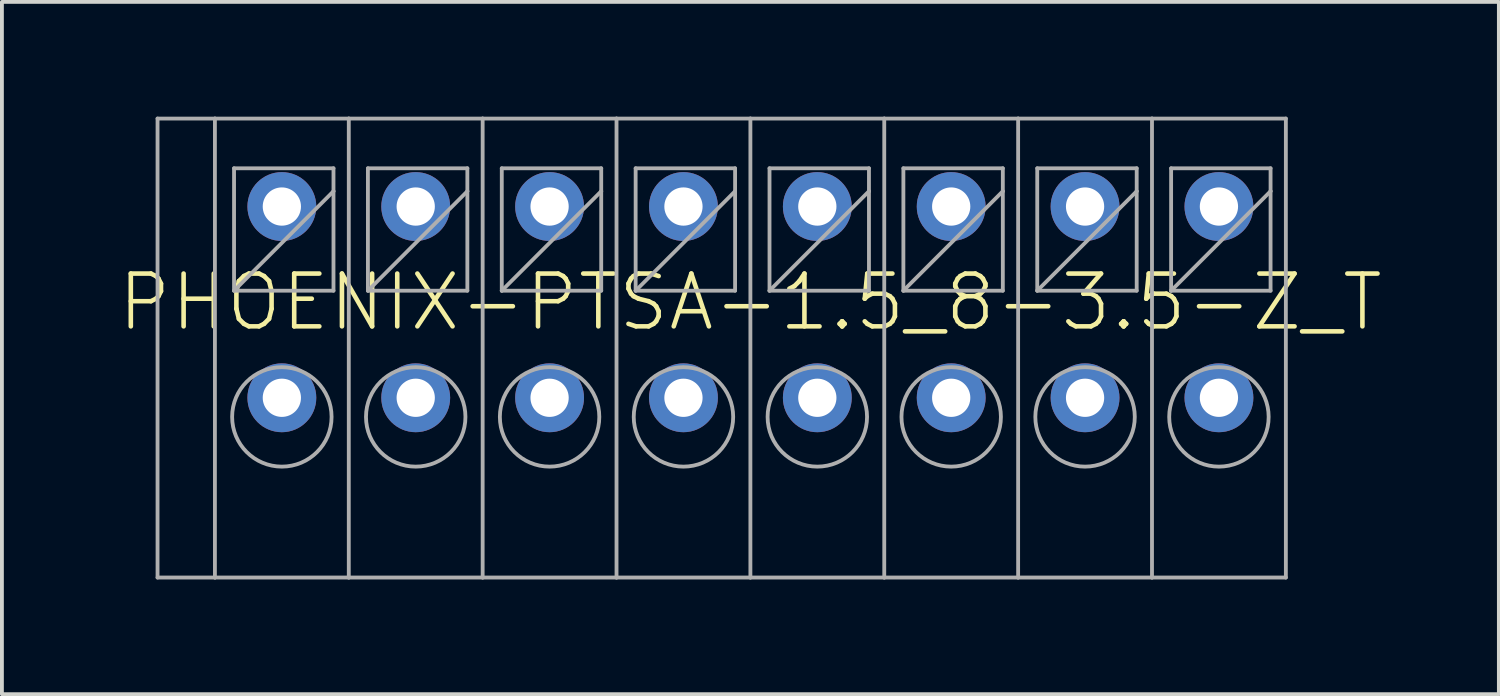
<source format=kicad_pcb>
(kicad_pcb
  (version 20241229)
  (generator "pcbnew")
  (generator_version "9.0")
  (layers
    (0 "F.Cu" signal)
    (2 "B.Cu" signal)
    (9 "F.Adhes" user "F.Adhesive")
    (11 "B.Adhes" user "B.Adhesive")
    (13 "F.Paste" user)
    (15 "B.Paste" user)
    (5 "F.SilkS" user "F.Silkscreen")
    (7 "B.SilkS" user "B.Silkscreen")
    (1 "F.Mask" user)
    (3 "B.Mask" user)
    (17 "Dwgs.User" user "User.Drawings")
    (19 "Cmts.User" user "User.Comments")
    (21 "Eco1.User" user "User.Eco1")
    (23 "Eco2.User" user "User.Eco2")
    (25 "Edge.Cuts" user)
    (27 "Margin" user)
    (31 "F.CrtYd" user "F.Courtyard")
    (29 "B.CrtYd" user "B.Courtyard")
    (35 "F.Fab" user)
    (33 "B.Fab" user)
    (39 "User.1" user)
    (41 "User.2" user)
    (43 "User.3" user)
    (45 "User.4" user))
  (footprint "PHOENIX-PTSA-1.5_8-3.5-Z_T"
    (layer "F.Cu")
    (at 16.569 4.85)
    (property "Reference" "PHOENIX-PTSA-1.5_8-3.5-Z_T" (at 0 0 0) (unlocked yes) (layer "F.SilkS") (effects (font (size 1.38 1.38) (thickness 0.12))))
    (fp_line (start -15.5 -4.8) (end -15.5 7.2) (stroke (width 0.1) (type solid)) (layer "F.Fab"))
    (fp_line (start -15.5 -4.8) (end -14 -4.8) (stroke (width 0.1) (type solid)) (layer "F.Fab"))
    (fp_line (start -15.5 7.2) (end -14 7.2) (stroke (width 0.1) (type solid)) (layer "F.Fab"))
    (fp_line (start -14 -4.8) (end -14 7.2) (stroke (width 0.1) (type solid)) (layer "F.Fab"))
    (fp_line (start -14 -4.8) (end -10.5 -4.8) (stroke (width 0.1) (type solid)) (layer "F.Fab"))
    (fp_line (start -14 7.2) (end -10.5 7.2) (stroke (width 0.1) (type solid)) (layer "F.Fab"))
    (fp_line (start -13.5 -3.5) (end -13.5 -0.3) (stroke (width 0.1) (type solid)) (layer "F.Fab"))
    (fp_line (start -13.5 -0.3) (end -10.9 -2.9) (stroke (width 0.1) (type solid)) (layer "F.Fab"))
    (fp_line (start -13.5 -0.3) (end -10.9 -0.3) (stroke (width 0.1) (type solid)) (layer "F.Fab"))
    (fp_line (start -10.9 -3.5) (end -13.5 -3.5) (stroke (width 0.1) (type solid)) (layer "F.Fab"))
    (fp_line (start -10.9 -2.9) (end -10.9 -3.5) (stroke (width 0.1) (type solid)) (layer "F.Fab"))
    (fp_line (start -10.9 -0.3) (end -10.9 -2.9) (stroke (width 0.1) (type solid)) (layer "F.Fab"))
    (fp_line (start -10.5 -4.8) (end -10.5 7.2) (stroke (width 0.1) (type solid)) (layer "F.Fab"))
    (fp_line (start -10.5 -4.8) (end -7 -4.8) (stroke (width 0.1) (type solid)) (layer "F.Fab"))
    (fp_line (start -10.5 7.2) (end -7 7.2) (stroke (width 0.1) (type solid)) (layer "F.Fab"))
    (fp_line (start -10 -3.5) (end -10 -0.3) (stroke (width 0.1) (type solid)) (layer "F.Fab"))
    (fp_line (start -10 -0.3) (end -7.4 -2.9) (stroke (width 0.1) (type solid)) (layer "F.Fab"))
    (fp_line (start -10 -0.3) (end -7.4 -0.3) (stroke (width 0.1) (type solid)) (layer "F.Fab"))
    (fp_line (start -7.4 -3.5) (end -10 -3.5) (stroke (width 0.1) (type solid)) (layer "F.Fab"))
    (fp_line (start -7.4 -2.9) (end -7.4 -3.5) (stroke (width 0.1) (type solid)) (layer "F.Fab"))
    (fp_line (start -7.4 -0.3) (end -7.4 -2.9) (stroke (width 0.1) (type solid)) (layer "F.Fab"))
    (fp_line (start -7 -4.8) (end -7 7.2) (stroke (width 0.1) (type solid)) (layer "F.Fab"))
    (fp_line (start -7 -4.8) (end -3.5 -4.8) (stroke (width 0.1) (type solid)) (layer "F.Fab"))
    (fp_line (start -7 7.2) (end -3.5 7.2) (stroke (width 0.1) (type solid)) (layer "F.Fab"))
    (fp_line (start -6.5 -3.5) (end -6.5 -0.3) (stroke (width 0.1) (type solid)) (layer "F.Fab"))
    (fp_line (start -6.5 -0.3) (end -3.9 -2.9) (stroke (width 0.1) (type solid)) (layer "F.Fab"))
    (fp_line (start -6.5 -0.3) (end -3.9 -0.3) (stroke (width 0.1) (type solid)) (layer "F.Fab"))
    (fp_line (start -3.9 -3.5) (end -6.5 -3.5) (stroke (width 0.1) (type solid)) (layer "F.Fab"))
    (fp_line (start -3.9 -2.9) (end -3.9 -3.5) (stroke (width 0.1) (type solid)) (layer "F.Fab"))
    (fp_line (start -3.9 -0.3) (end -3.9 -2.9) (stroke (width 0.1) (type solid)) (layer "F.Fab"))
    (fp_line (start -3.5 -4.8) (end -3.5 7.2) (stroke (width 0.1) (type solid)) (layer "F.Fab"))
    (fp_line (start -3.5 -4.8) (end 0 -4.8) (stroke (width 0.1) (type solid)) (layer "F.Fab"))
    (fp_line (start -3.5 7.2) (end 0 7.2) (stroke (width 0.1) (type solid)) (layer "F.Fab"))
    (fp_line (start -3 -3.5) (end -3 -0.3) (stroke (width 0.1) (type solid)) (layer "F.Fab"))
    (fp_line (start -3 -0.3) (end -0.4 -2.9) (stroke (width 0.1) (type solid)) (layer "F.Fab"))
    (fp_line (start -3 -0.3) (end -0.4 -0.3) (stroke (width 0.1) (type solid)) (layer "F.Fab"))
    (fp_line (start -0.4 -3.5) (end -3 -3.5) (stroke (width 0.1) (type solid)) (layer "F.Fab"))
    (fp_line (start -0.4 -2.9) (end -0.4 -3.5) (stroke (width 0.1) (type solid)) (layer "F.Fab"))
    (fp_line (start -0.4 -0.3) (end -0.4 -2.9) (stroke (width 0.1) (type solid)) (layer "F.Fab"))
    (fp_line (start 0 -4.8) (end 0 7.2) (stroke (width 0.1) (type solid)) (layer "F.Fab"))
    (fp_line (start 0 -4.8) (end 3.5 -4.8) (stroke (width 0.1) (type solid)) (layer "F.Fab"))
    (fp_line (start 0 7.2) (end 3.5 7.2) (stroke (width 0.1) (type solid)) (layer "F.Fab"))
    (fp_line (start 0.5 -3.5) (end 0.5 -0.3) (stroke (width 0.1) (type solid)) (layer "F.Fab"))
    (fp_line (start 0.5 -0.3) (end 3.1 -2.9) (stroke (width 0.1) (type solid)) (layer "F.Fab"))
    (fp_line (start 0.5 -0.3) (end 3.1 -0.3) (stroke (width 0.1) (type solid)) (layer "F.Fab"))
    (fp_line (start 3.1 -3.5) (end 0.5 -3.5) (stroke (width 0.1) (type solid)) (layer "F.Fab"))
    (fp_line (start 3.1 -2.9) (end 3.1 -3.5) (stroke (width 0.1) (type solid)) (layer "F.Fab"))
    (fp_line (start 3.1 -0.3) (end 3.1 -2.9) (stroke (width 0.1) (type solid)) (layer "F.Fab"))
    (fp_line (start 3.5 -4.8) (end 3.5 7.2) (stroke (width 0.1) (type solid)) (layer "F.Fab"))
    (fp_line (start 3.5 -4.8) (end 7 -4.8) (stroke (width 0.1) (type solid)) (layer "F.Fab"))
    (fp_line (start 3.5 7.2) (end 7 7.2) (stroke (width 0.1) (type solid)) (layer "F.Fab"))
    (fp_line (start 4 -3.5) (end 4 -0.3) (stroke (width 0.1) (type solid)) (layer "F.Fab"))
    (fp_line (start 4 -0.3) (end 6.6 -2.9) (stroke (width 0.1) (type solid)) (layer "F.Fab"))
    (fp_line (start 4 -0.3) (end 6.6 -0.3) (stroke (width 0.1) (type solid)) (layer "F.Fab"))
    (fp_line (start 6.6 -3.5) (end 4 -3.5) (stroke (width 0.1) (type solid)) (layer "F.Fab"))
    (fp_line (start 6.6 -2.9) (end 6.6 -3.5) (stroke (width 0.1) (type solid)) (layer "F.Fab"))
    (fp_line (start 6.6 -0.3) (end 6.6 -2.9) (stroke (width 0.1) (type solid)) (layer "F.Fab"))
    (fp_line (start 7 -4.8) (end 7 7.2) (stroke (width 0.1) (type solid)) (layer "F.Fab"))
    (fp_line (start 7 -4.8) (end 10.5 -4.8) (stroke (width 0.1) (type solid)) (layer "F.Fab"))
    (fp_line (start 7 7.2) (end 10.5 7.2) (stroke (width 0.1) (type solid)) (layer "F.Fab"))
    (fp_line (start 7.5 -3.5) (end 7.5 -0.3) (stroke (width 0.1) (type solid)) (layer "F.Fab"))
    (fp_line (start 7.5 -0.3) (end 10.1 -2.9) (stroke (width 0.1) (type solid)) (layer "F.Fab"))
    (fp_line (start 7.5 -0.3) (end 10.1 -0.3) (stroke (width 0.1) (type solid)) (layer "F.Fab"))
    (fp_line (start 10.1 -3.5) (end 7.5 -3.5) (stroke (width 0.1) (type solid)) (layer "F.Fab"))
    (fp_line (start 10.1 -2.9) (end 10.1 -3.5) (stroke (width 0.1) (type solid)) (layer "F.Fab"))
    (fp_line (start 10.1 -0.3) (end 10.1 -2.9) (stroke (width 0.1) (type solid)) (layer "F.Fab"))
    (fp_line (start 10.5 -4.8) (end 10.5 7.2) (stroke (width 0.1) (type solid)) (layer "F.Fab"))
    (fp_line (start 10.5 -4.8) (end 14 -4.8) (stroke (width 0.1) (type solid)) (layer "F.Fab"))
    (fp_line (start 10.5 7.2) (end 14 7.2) (stroke (width 0.1) (type solid)) (layer "F.Fab"))
    (fp_line (start 11 -3.5) (end 11 -0.3) (stroke (width 0.1) (type solid)) (layer "F.Fab"))
    (fp_line (start 11 -0.3) (end 13.6 -2.9) (stroke (width 0.1) (type solid)) (layer "F.Fab"))
    (fp_line (start 11 -0.3) (end 13.6 -0.3) (stroke (width 0.1) (type solid)) (layer "F.Fab"))
    (fp_line (start 13.6 -3.5) (end 11 -3.5) (stroke (width 0.1) (type solid)) (layer "F.Fab"))
    (fp_line (start 13.6 -2.9) (end 13.6 -3.5) (stroke (width 0.1) (type solid)) (layer "F.Fab"))
    (fp_line (start 13.6 -0.3) (end 13.6 -2.9) (stroke (width 0.1) (type solid)) (layer "F.Fab"))
    (fp_line (start 14 -4.8) (end 14 7.2) (stroke (width 0.1) (type solid)) (layer "F.Fab"))
    (fp_circle (center -12.25 3) (end -10.95 3) (stroke (width 0.1) (type solid)) (fill no) (layer "F.Fab"))
    (fp_circle (center -8.75 3) (end -7.45 3) (stroke (width 0.1) (type solid)) (fill no) (layer "F.Fab"))
    (fp_circle (center -5.25 3) (end -3.95 3) (stroke (width 0.1) (type solid)) (fill no) (layer "F.Fab"))
    (fp_circle (center -1.75 3) (end -0.45 3) (stroke (width 0.1) (type solid)) (fill no) (layer "F.Fab"))
    (fp_circle (center 1.75 3) (end 3.05 3) (stroke (width 0.1) (type solid)) (fill no) (layer "F.Fab"))
    (fp_circle (center 5.25 3) (end 6.55 3) (stroke (width 0.1) (type solid)) (fill no) (layer "F.Fab"))
    (fp_circle (center 8.75 3) (end 10.05 3) (stroke (width 0.1) (type solid)) (fill no) (layer "F.Fab"))
    (fp_circle (center 12.25 3) (end 13.55 3) (stroke (width 0.1) (type solid)) (fill no) (layer "F.Fab"))
    (pad "1A" thru_hole circle (at -12.25 -2.5) (size 1.8 1.8) (drill 1) (layers "*.Cu" "*.Mask"))
    (pad "1B" thru_hole circle (at -12.25 2.5) (size 1.8 1.8) (drill 1) (layers "*.Cu" "*.Mask"))
    (pad "2A" thru_hole circle (at -8.75 -2.5) (size 1.8 1.8) (drill 1) (layers "*.Cu" "*.Mask"))
    (pad "2B" thru_hole circle (at -8.75 2.5) (size 1.8 1.8) (drill 1) (layers "*.Cu" "*.Mask"))
    (pad "3A" thru_hole circle (at -5.25 -2.5) (size 1.8 1.8) (drill 1) (layers "*.Cu" "*.Mask"))
    (pad "3B" thru_hole circle (at -5.25 2.5) (size 1.8 1.8) (drill 1) (layers "*.Cu" "*.Mask"))
    (pad "4A" thru_hole circle (at -1.75 -2.5) (size 1.8 1.8) (drill 1) (layers "*.Cu" "*.Mask"))
    (pad "4B" thru_hole circle (at -1.75 2.5) (size 1.8 1.8) (drill 1) (layers "*.Cu" "*.Mask"))
    (pad "5A" thru_hole circle (at 1.75 -2.5) (size 1.8 1.8) (drill 1) (layers "*.Cu" "*.Mask"))
    (pad "5B" thru_hole circle (at 1.75 2.5) (size 1.8 1.8) (drill 1) (layers "*.Cu" "*.Mask"))
    (pad "6A" thru_hole circle (at 5.25 -2.5) (size 1.8 1.8) (drill 1) (layers "*.Cu" "*.Mask"))
    (pad "6B" thru_hole circle (at 5.25 2.5) (size 1.8 1.8) (drill 1) (layers "*.Cu" "*.Mask"))
    (pad "7A" thru_hole circle (at 8.75 -2.5) (size 1.8 1.8) (drill 1) (layers "*.Cu" "*.Mask"))
    (pad "7B" thru_hole circle (at 8.75 2.5) (size 1.8 1.8) (drill 1) (layers "*.Cu" "*.Mask"))
    (pad "8A" thru_hole circle (at 12.25 -2.5) (size 1.8 1.8) (drill 1) (layers "*.Cu" "*.Mask"))
    (pad "8B" thru_hole circle (at 12.25 2.5) (size 1.8 1.8) (drill 1) (layers "*.Cu" "*.Mask")))
  (gr_rect
    (start -3 -3)
    (end 36.138 15.1)
    (stroke (width 0.1) (type default))
    (fill no)
    (layer "Edge.Cuts")))
</source>
